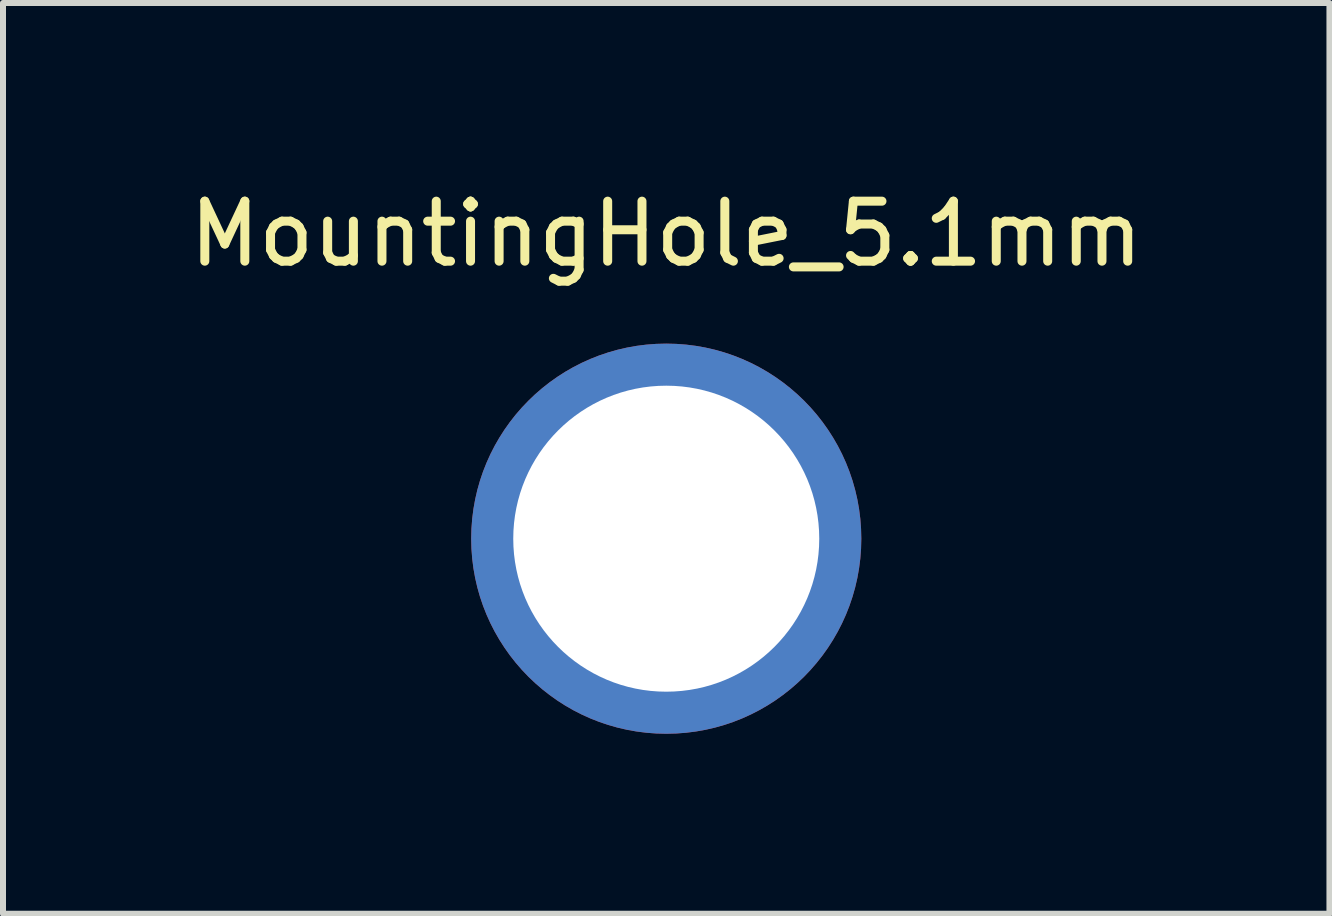
<source format=kicad_pcb>
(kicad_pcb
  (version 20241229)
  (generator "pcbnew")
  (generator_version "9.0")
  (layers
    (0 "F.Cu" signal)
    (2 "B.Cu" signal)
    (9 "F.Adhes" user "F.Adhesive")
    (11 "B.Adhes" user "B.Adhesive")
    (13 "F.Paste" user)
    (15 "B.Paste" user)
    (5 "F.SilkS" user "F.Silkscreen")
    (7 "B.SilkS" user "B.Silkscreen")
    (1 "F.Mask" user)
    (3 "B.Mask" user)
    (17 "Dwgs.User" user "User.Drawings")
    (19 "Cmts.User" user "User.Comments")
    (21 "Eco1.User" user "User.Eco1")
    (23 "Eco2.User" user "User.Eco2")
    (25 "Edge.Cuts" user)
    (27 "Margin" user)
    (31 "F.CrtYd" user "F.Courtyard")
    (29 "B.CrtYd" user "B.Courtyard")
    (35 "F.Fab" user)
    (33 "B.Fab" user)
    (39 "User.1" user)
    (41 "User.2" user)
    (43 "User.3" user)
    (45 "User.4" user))
  (footprint "MountingHole_5.1mm"
    (layer "F.Cu")
    (at 8.054 5.928)
    (property "Reference" "MountingHole_5.1mm" (at 0 -5.08 0) (layer "F.SilkS") (effects (font (size 1 1) (thickness 0.15))))
    (attr through_hole)
    (pad "1" thru_hole circle (at 0 0) (size 6.502 6.502) (drill 5.1) (layers "*.Cu" "*.Mask")))
  (gr_rect
    (start -3 -3)
    (end 19.107 12.179)
    (stroke (width 0.1) (type default))
    (fill no)
    (layer "Edge.Cuts")))
</source>
